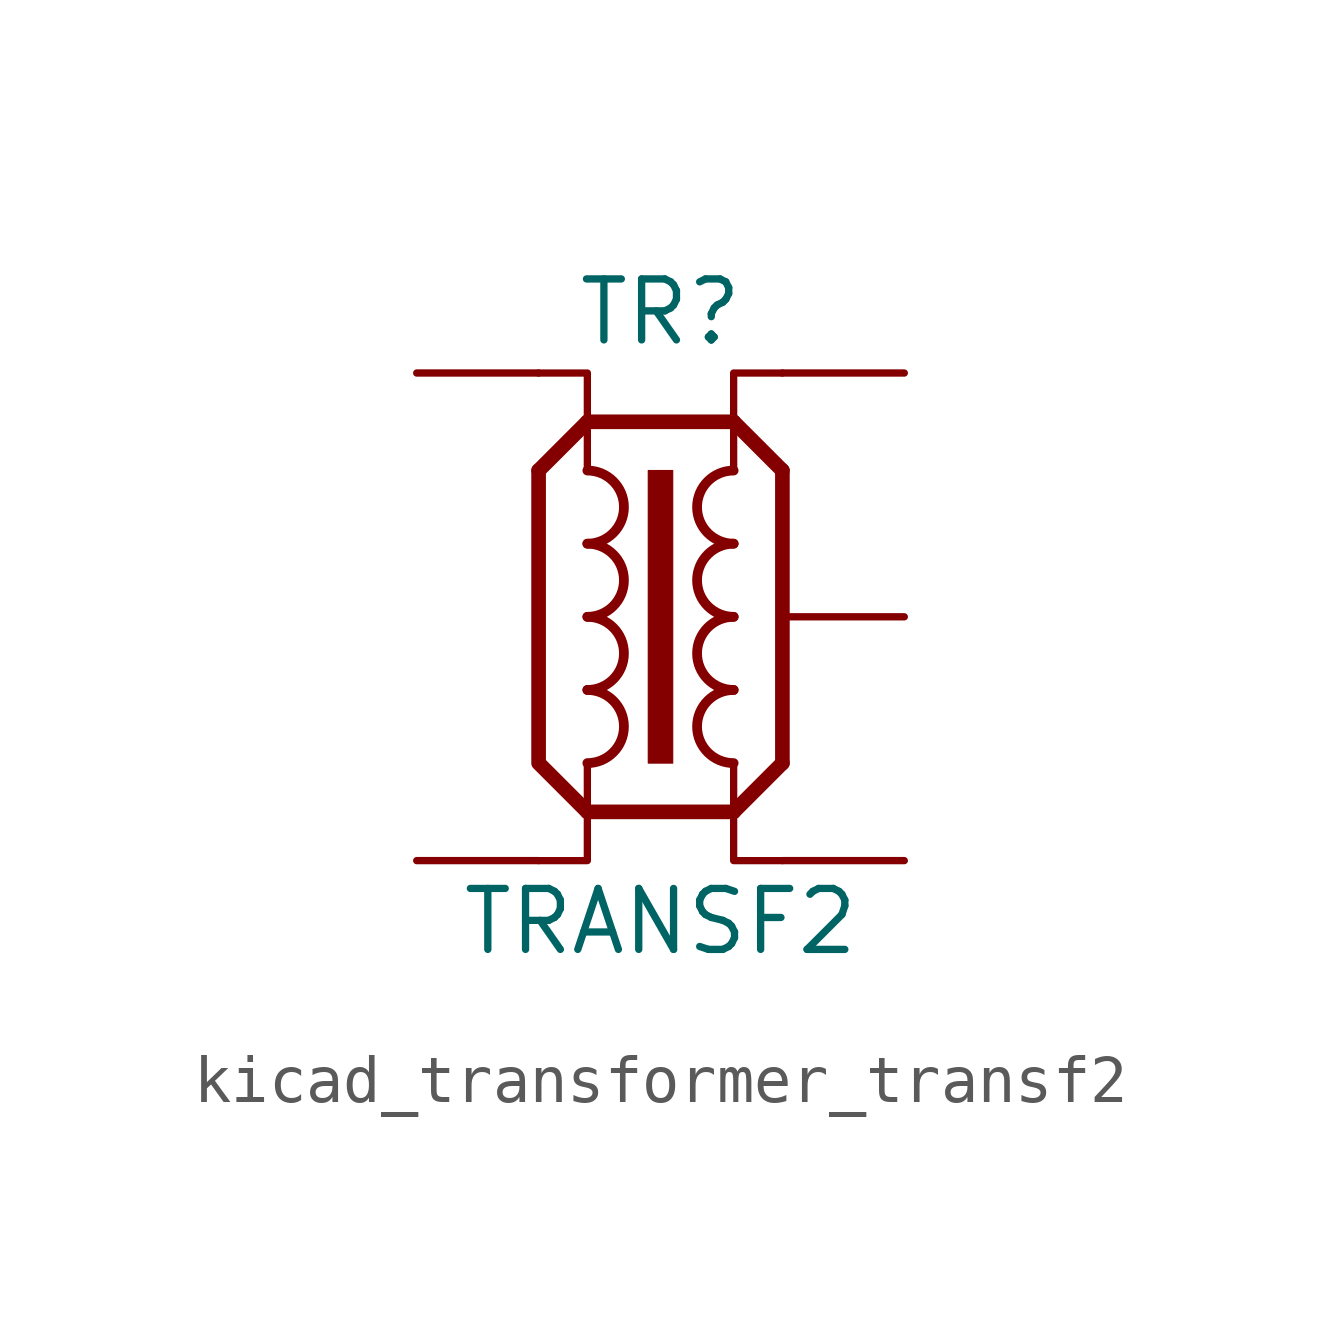
<source format=kicad_sym>
(kicad_symbol_lib
  (version 20220914)
  (generator kicad_symbol_editor)
  (symbol "kicad_transformer_transf2"
    (pin_numbers hide)
    (pin_names
      (offset 0))
    (property "Reference" "TR"
      (at 0 6.35 0)
      (effects (font (size 1.27 1.27))))
    (property "Value" "TRANSF2"
      (at 0 -6.35 0)
      (effects (font (size 1.27 1.27))))
    (symbol "kicad_transformer_transf2_0_1"
      (arc (start -1.524 -3.048) (mid -0.7653 -2.286) (end -1.524 -1.524) (stroke (width 0.2032) (type default)) (fill (type none)))
      (arc (start -1.524 -1.524) (mid -0.7653 -0.762) (end -1.524 0) (stroke (width 0.2032) (type default)) (fill (type none)))
      (arc (start -1.524 0) (mid -0.7653 0.762) (end -1.524 1.524) (stroke (width 0.2032) (type default)) (fill (type none)))
      (arc (start -1.524 1.524) (mid -0.7653 2.286) (end -1.524 3.048) (stroke (width 0.2032) (type default)) (fill (type none)))
      (rectangle (start -0.254 3.048) (end 0.254 -3.048) (stroke (width 0.025) (type default)) (fill (type outline)))
      (polyline (pts (xy -2.54 3.048) (xy -1.524 4.064) (xy -1.524 4.064)) (stroke (width 0.305) (type default)) (fill (type none)))
      (polyline (pts (xy 2.54 -3.048) (xy 1.524 -4.064) (xy 1.524 -4.064)) (stroke (width 0.305) (type default)) (fill (type none)))
      (polyline (pts (xy 2.54 3.048) (xy 2.54 -3.048) (xy 2.54 -3.048)) (stroke (width 0.305) (type default)) (fill (type none)))
      (polyline (pts (xy -2.54 5.08) (xy -1.524 5.08) (xy -1.524 3.048) (xy -1.524 3.048)) (stroke (width 0.152) (type default)) (fill (type none)))
      (polyline (pts (xy -1.524 -4.064) (xy -2.54 -3.048) (xy -2.54 3.048) (xy -2.54 3.048)) (stroke (width 0.305) (type default)) (fill (type none)))
      (polyline (pts (xy -1.524 -3.048) (xy -1.524 -5.08) (xy -2.54 -5.08) (xy -2.54 -5.08)) (stroke (width 0.152) (type default)) (fill (type none)))
      (polyline (pts (xy -1.524 4.064) (xy 1.524 4.064) (xy 1.524 4.064) (xy 1.524 4.064)) (stroke (width 0.305) (type default)) (fill (type none)))
      (polyline (pts (xy 1.524 -4.064) (xy -1.524 -4.064) (xy -1.524 -4.064) (xy -1.524 -4.064)) (stroke (width 0.305) (type default)) (fill (type none)))
      (polyline (pts (xy 1.524 3.048) (xy 1.524 5.08) (xy 2.54 5.08) (xy 2.54 5.08)) (stroke (width 0.152) (type default)) (fill (type none)))
      (polyline (pts (xy 2.54 -5.08) (xy 1.524 -5.08) (xy 1.524 -3.048) (xy 1.524 -3.048)) (stroke (width 0.152) (type default)) (fill (type none)))
      (polyline (pts (xy 1.524 4.064) (xy 2.54 3.048) (xy 2.54 3.048) (xy 2.54 3.048) (xy 2.54 3.048)) (stroke (width 0.305) (type default)) (fill (type none)))
      (arc (start 1.524 -1.524) (mid 0.7653 -2.286) (end 1.524 -3.048) (stroke (width 0.2032) (type default)) (fill (type none)))
      (arc (start 1.524 0) (mid 0.7653 -0.762) (end 1.524 -1.524) (stroke (width 0.2032) (type default)) (fill (type none)))
      (arc (start 1.524 1.524) (mid 0.7653 0.762) (end 1.524 0) (stroke (width 0.2032) (type default)) (fill (type none)))
      (arc (start 1.524 3.048) (mid 0.7653 2.286) (end 1.524 1.524) (stroke (width 0.2032) (type default)) (fill (type none))))
    (symbol "kicad_transformer_transf2_1_1"
      (pin passive line (at 5.08 0 180) (length 2.54) (name "~" (effects (font (size 1.27 1.27)))) (number "0" (effects (font (size 1.27 1.27)))))
      (pin passive line (at -5.08 5.08 0) (length 2.54) (name "~" (effects (font (size 1.27 1.27)))) (number "1" (effects (font (size 1.27 1.27)))))
      (pin passive line (at -5.08 -5.08 0) (length 2.54) (name "~" (effects (font (size 1.27 1.27)))) (number "2" (effects (font (size 1.27 1.27)))))
      (pin passive line (at 5.08 -5.08 180) (length 2.54) (name "~" (effects (font (size 1.27 1.27)))) (number "3" (effects (font (size 1.27 1.27)))))
      (pin passive line (at 5.08 5.08 180) (length 2.54) (name "~" (effects (font (size 1.27 1.27)))) (number "4" (effects (font (size 1.27 1.27))))))))
</source>
